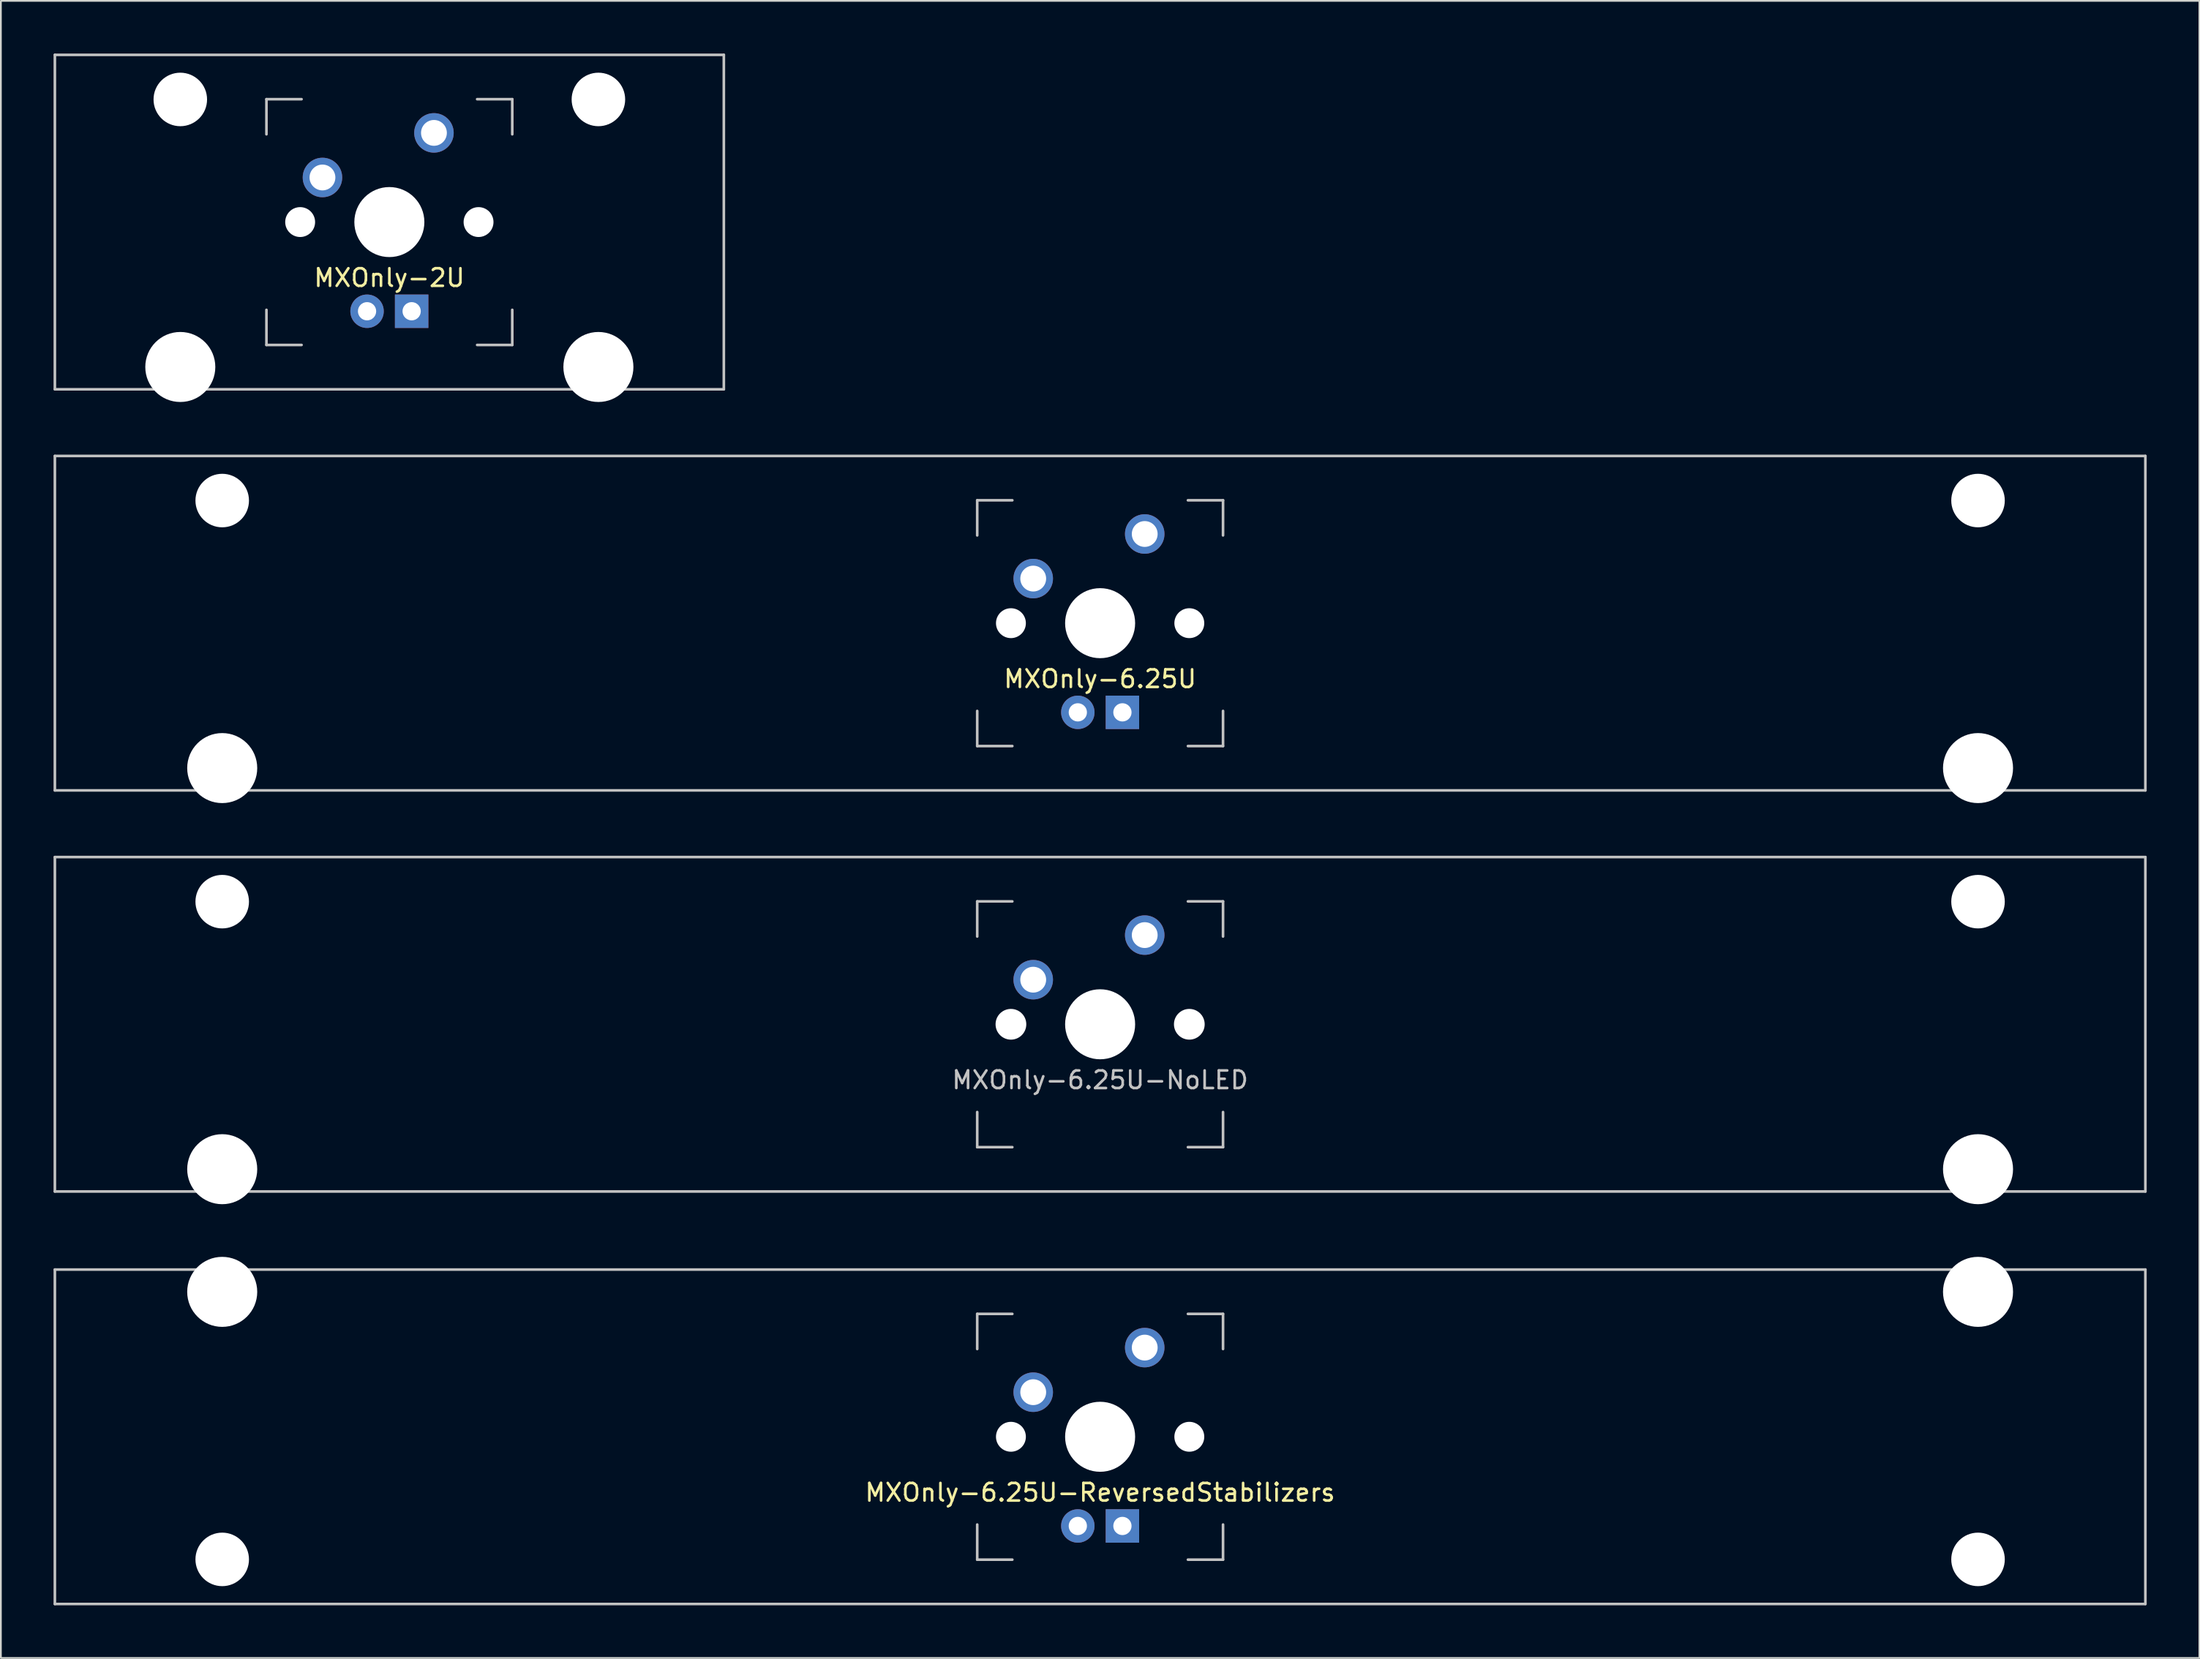
<source format=kicad_pcb>
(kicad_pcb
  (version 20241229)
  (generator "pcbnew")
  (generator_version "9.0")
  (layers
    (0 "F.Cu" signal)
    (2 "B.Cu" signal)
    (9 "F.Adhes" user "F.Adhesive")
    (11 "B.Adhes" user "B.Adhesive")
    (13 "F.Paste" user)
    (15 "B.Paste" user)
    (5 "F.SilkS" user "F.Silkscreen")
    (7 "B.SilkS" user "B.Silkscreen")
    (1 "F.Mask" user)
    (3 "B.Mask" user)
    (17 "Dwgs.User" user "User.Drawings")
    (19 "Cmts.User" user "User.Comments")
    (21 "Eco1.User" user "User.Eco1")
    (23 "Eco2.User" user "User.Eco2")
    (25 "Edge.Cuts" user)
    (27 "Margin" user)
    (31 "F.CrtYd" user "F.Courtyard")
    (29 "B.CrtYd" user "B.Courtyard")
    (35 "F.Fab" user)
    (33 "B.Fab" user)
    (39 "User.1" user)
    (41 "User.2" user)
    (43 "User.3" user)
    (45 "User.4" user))
  (footprint "MXOnly-2U"
    (layer "F.Cu")
    (at 19.125 9.6)
    (property "Reference" "MXOnly-2U" (at 0 3.175 0) (layer "F.SilkS") (effects (font (size 1 1) (thickness 0.15))))
    (attr through_hole)
    (fp_line (start -19.05 -9.525) (end 19.05 -9.525) (stroke (width 0.15) (type solid)) (layer "Dwgs.User"))
    (fp_line (start -19.05 9.525) (end -19.05 -9.525) (stroke (width 0.15) (type solid)) (layer "Dwgs.User"))
    (fp_line (start -19.05 9.525) (end 19.05 9.525) (stroke (width 0.15) (type solid)) (layer "Dwgs.User"))
    (fp_line (start -7 -7) (end -7 -5) (stroke (width 0.15) (type solid)) (layer "Dwgs.User"))
    (fp_line (start -7 5) (end -7 7) (stroke (width 0.15) (type solid)) (layer "Dwgs.User"))
    (fp_line (start -7 7) (end -5 7) (stroke (width 0.15) (type solid)) (layer "Dwgs.User"))
    (fp_line (start -5 -7) (end -7 -7) (stroke (width 0.15) (type solid)) (layer "Dwgs.User"))
    (fp_line (start 5 -7) (end 7 -7) (stroke (width 0.15) (type solid)) (layer "Dwgs.User"))
    (fp_line (start 5 7) (end 7 7) (stroke (width 0.15) (type solid)) (layer "Dwgs.User"))
    (fp_line (start 7 -7) (end 7 -5) (stroke (width 0.15) (type solid)) (layer "Dwgs.User"))
    (fp_line (start 7 7) (end 7 5) (stroke (width 0.15) (type solid)) (layer "Dwgs.User"))
    (fp_line (start 19.05 -9.525) (end 19.05 9.525) (stroke (width 0.15) (type solid)) (layer "Dwgs.User"))
    (pad "" np_thru_hole circle (at -11.906 -6.985) (size 3.048 3.048) (drill 3.048) (layers "*.Cu" "*.Mask"))
    (pad "" np_thru_hole circle (at -11.906 8.255) (size 3.988 3.988) (drill 3.988) (layers "*.Cu" "*.Mask"))
    (pad "" np_thru_hole circle (at -5.08 0 48.1) (size 1.702 1.702) (drill 1.702) (layers "*.Cu" "*.Mask"))
    (pad "" np_thru_hole circle (at 0 0) (size 3.988 3.988) (drill 3.988) (layers "*.Cu" "*.Mask"))
    (pad "" np_thru_hole circle (at 5.08 0 48.1) (size 1.702 1.702) (drill 1.702) (layers "*.Cu" "*.Mask"))
    (pad "" np_thru_hole circle (at 11.906 -6.985) (size 3.048 3.048) (drill 3.048) (layers "*.Cu" "*.Mask"))
    (pad "" np_thru_hole circle (at 11.906 8.255) (size 3.988 3.988) (drill 3.988) (layers "*.Cu" "*.Mask"))
    (pad "1" thru_hole circle (at -3.81 -2.54) (size 2.25 2.25) (drill 1.47) (layers "*.Cu" "*.Mask"))
    (pad "2" thru_hole circle (at 2.54 -5.08) (size 2.25 2.25) (drill 1.47) (layers "*.Cu" "*.Mask"))
    (pad "3" thru_hole circle (at -1.27 5.08) (size 1.905 1.905) (drill 1.04) (layers "*.Cu" "*.Mask"))
    (pad "4" thru_hole rect (at 1.27 5.08) (size 1.905 1.905) (drill 1.04) (layers "*.Cu" "*.Mask")))
  (footprint "MXOnly-6.25U"
    (layer "F.Cu")
    (at 59.606 32.449)
    (property "Reference" "MXOnly-6.25U" (at 0 3.175 0) (layer "F.SilkS") (effects (font (size 1 1) (thickness 0.15))))
    (attr through_hole)
    (fp_line (start -59.531 -9.525) (end 59.531 -9.525) (stroke (width 0.15) (type solid)) (layer "Dwgs.User"))
    (fp_line (start -59.531 9.525) (end -59.531 -9.525) (stroke (width 0.15) (type solid)) (layer "Dwgs.User"))
    (fp_line (start -59.531 9.525) (end 59.531 9.525) (stroke (width 0.15) (type solid)) (layer "Dwgs.User"))
    (fp_line (start -7 -7) (end -7 -5) (stroke (width 0.15) (type solid)) (layer "Dwgs.User"))
    (fp_line (start -7 5) (end -7 7) (stroke (width 0.15) (type solid)) (layer "Dwgs.User"))
    (fp_line (start -7 7) (end -5 7) (stroke (width 0.15) (type solid)) (layer "Dwgs.User"))
    (fp_line (start -5 -7) (end -7 -7) (stroke (width 0.15) (type solid)) (layer "Dwgs.User"))
    (fp_line (start 5 -7) (end 7 -7) (stroke (width 0.15) (type solid)) (layer "Dwgs.User"))
    (fp_line (start 5 7) (end 7 7) (stroke (width 0.15) (type solid)) (layer "Dwgs.User"))
    (fp_line (start 7 -7) (end 7 -5) (stroke (width 0.15) (type solid)) (layer "Dwgs.User"))
    (fp_line (start 7 7) (end 7 5) (stroke (width 0.15) (type solid)) (layer "Dwgs.User"))
    (fp_line (start 59.531 -9.525) (end 59.531 9.525) (stroke (width 0.15) (type solid)) (layer "Dwgs.User"))
    (pad "" np_thru_hole circle (at -50 -6.985) (size 3.048 3.048) (drill 3.048) (layers "*.Cu" "*.Mask"))
    (pad "" np_thru_hole circle (at -50 8.255) (size 3.988 3.988) (drill 3.988) (layers "*.Cu" "*.Mask"))
    (pad "" np_thru_hole circle (at -5.08 0 48.1) (size 1.702 1.702) (drill 1.702) (layers "*.Cu" "*.Mask"))
    (pad "" np_thru_hole circle (at 0 0) (size 3.988 3.988) (drill 3.988) (layers "*.Cu" "*.Mask"))
    (pad "" np_thru_hole circle (at 5.08 0 48.1) (size 1.702 1.702) (drill 1.702) (layers "*.Cu" "*.Mask"))
    (pad "" np_thru_hole circle (at 50 -6.985) (size 3.048 3.048) (drill 3.048) (layers "*.Cu" "*.Mask"))
    (pad "" np_thru_hole circle (at 50 8.255) (size 3.988 3.988) (drill 3.988) (layers "*.Cu" "*.Mask"))
    (pad "1" thru_hole circle (at -3.81 -2.54) (size 2.25 2.25) (drill 1.47) (layers "*.Cu" "*.Mask"))
    (pad "2" thru_hole circle (at 2.54 -5.08) (size 2.25 2.25) (drill 1.47) (layers "*.Cu" "*.Mask"))
    (pad "3" thru_hole circle (at -1.27 5.08) (size 1.905 1.905) (drill 1.04) (layers "*.Cu" "*.Mask"))
    (pad "4" thru_hole rect (at 1.27 5.08) (size 1.905 1.905) (drill 1.04) (layers "*.Cu" "*.Mask")))
  (footprint "MXOnly-6.25U-ReversedStabilizers"
    (layer "F.Cu")
    (at 59.606 78.796)
    (property "Reference" "MXOnly-6.25U-ReversedStabilizers" (at 0 3.175 0) (layer "F.SilkS") (effects (font (size 1 1) (thickness 0.15))))
    (attr through_hole)
    (fp_line (start -59.531 -9.525) (end 59.531 -9.525) (stroke (width 0.15) (type solid)) (layer "Dwgs.User"))
    (fp_line (start -59.531 9.525) (end -59.531 -9.525) (stroke (width 0.15) (type solid)) (layer "Dwgs.User"))
    (fp_line (start -59.531 9.525) (end 59.531 9.525) (stroke (width 0.15) (type solid)) (layer "Dwgs.User"))
    (fp_line (start -7 -7) (end -7 -5) (stroke (width 0.15) (type solid)) (layer "Dwgs.User"))
    (fp_line (start -7 5) (end -7 7) (stroke (width 0.15) (type solid)) (layer "Dwgs.User"))
    (fp_line (start -7 7) (end -5 7) (stroke (width 0.15) (type solid)) (layer "Dwgs.User"))
    (fp_line (start -5 -7) (end -7 -7) (stroke (width 0.15) (type solid)) (layer "Dwgs.User"))
    (fp_line (start 5 -7) (end 7 -7) (stroke (width 0.15) (type solid)) (layer "Dwgs.User"))
    (fp_line (start 5 7) (end 7 7) (stroke (width 0.15) (type solid)) (layer "Dwgs.User"))
    (fp_line (start 7 -7) (end 7 -5) (stroke (width 0.15) (type solid)) (layer "Dwgs.User"))
    (fp_line (start 7 7) (end 7 5) (stroke (width 0.15) (type solid)) (layer "Dwgs.User"))
    (fp_line (start 59.531 -9.525) (end 59.531 9.525) (stroke (width 0.15) (type solid)) (layer "Dwgs.User"))
    (pad "" np_thru_hole circle (at -50 -8.255) (size 3.988 3.988) (drill 3.988) (layers "*.Cu" "*.Mask"))
    (pad "" np_thru_hole circle (at -50 6.985) (size 3.048 3.048) (drill 3.048) (layers "*.Cu" "*.Mask"))
    (pad "" np_thru_hole circle (at -5.08 0 48.1) (size 1.702 1.702) (drill 1.702) (layers "*.Cu" "*.Mask"))
    (pad "" np_thru_hole circle (at 0 0) (size 3.988 3.988) (drill 3.988) (layers "*.Cu" "*.Mask"))
    (pad "" np_thru_hole circle (at 5.08 0 48.1) (size 1.702 1.702) (drill 1.702) (layers "*.Cu" "*.Mask"))
    (pad "" np_thru_hole circle (at 50 -8.255) (size 3.988 3.988) (drill 3.988) (layers "*.Cu" "*.Mask"))
    (pad "" np_thru_hole circle (at 50 6.985) (size 3.048 3.048) (drill 3.048) (layers "*.Cu" "*.Mask"))
    (pad "1" thru_hole circle (at -3.81 -2.54) (size 2.25 2.25) (drill 1.47) (layers "*.Cu" "*.Mask"))
    (pad "2" thru_hole circle (at 2.54 -5.08) (size 2.25 2.25) (drill 1.47) (layers "*.Cu" "*.Mask"))
    (pad "3" thru_hole circle (at -1.27 5.08) (size 1.905 1.905) (drill 1.04) (layers "*.Cu" "*.Mask"))
    (pad "4" thru_hole rect (at 1.27 5.08) (size 1.905 1.905) (drill 1.04) (layers "*.Cu" "*.Mask")))
  (footprint "MXOnly-6.25U-NoLED"
    (layer "F.Cu")
    (at 59.606 55.298)
    (property "Reference" "MXOnly-6.25U-NoLED" (at 0 3.175 0) (layer "Dwgs.User") (effects (font (size 1 1) (thickness 0.15))))
    (attr through_hole)
    (fp_line (start -59.531 -9.525) (end 59.531 -9.525) (stroke (width 0.15) (type solid)) (layer "Dwgs.User"))
    (fp_line (start -59.531 9.525) (end -59.531 -9.525) (stroke (width 0.15) (type solid)) (layer "Dwgs.User"))
    (fp_line (start -59.531 9.525) (end 59.531 9.525) (stroke (width 0.15) (type solid)) (layer "Dwgs.User"))
    (fp_line (start -7 -7) (end -7 -5) (stroke (width 0.15) (type solid)) (layer "Dwgs.User"))
    (fp_line (start -7 5) (end -7 7) (stroke (width 0.15) (type solid)) (layer "Dwgs.User"))
    (fp_line (start -7 7) (end -5 7) (stroke (width 0.15) (type solid)) (layer "Dwgs.User"))
    (fp_line (start -5 -7) (end -7 -7) (stroke (width 0.15) (type solid)) (layer "Dwgs.User"))
    (fp_line (start 5 -7) (end 7 -7) (stroke (width 0.15) (type solid)) (layer "Dwgs.User"))
    (fp_line (start 5 7) (end 7 7) (stroke (width 0.15) (type solid)) (layer "Dwgs.User"))
    (fp_line (start 7 -7) (end 7 -5) (stroke (width 0.15) (type solid)) (layer "Dwgs.User"))
    (fp_line (start 7 7) (end 7 5) (stroke (width 0.15) (type solid)) (layer "Dwgs.User"))
    (fp_line (start 59.531 -9.525) (end 59.531 9.525) (stroke (width 0.15) (type solid)) (layer "Dwgs.User"))
    (pad "" np_thru_hole circle (at -50 -6.985) (size 3.048 3.048) (drill 3.048) (layers "*.Cu" "*.Mask"))
    (pad "" np_thru_hole circle (at -50 8.255) (size 3.988 3.988) (drill 3.988) (layers "*.Cu" "*.Mask"))
    (pad "" np_thru_hole circle (at -5.08 0 48.1) (size 1.75 1.75) (drill 1.75) (layers "*.Cu" "*.Mask"))
    (pad "" np_thru_hole circle (at 0 0) (size 3.988 3.988) (drill 3.988) (layers "*.Cu" "*.Mask"))
    (pad "" np_thru_hole circle (at 5.08 0 48.1) (size 1.75 1.75) (drill 1.75) (layers "*.Cu" "*.Mask"))
    (pad "" np_thru_hole circle (at 50 -6.985) (size 3.048 3.048) (drill 3.048) (layers "*.Cu" "*.Mask"))
    (pad "" np_thru_hole circle (at 50 8.255) (size 3.988 3.988) (drill 3.988) (layers "*.Cu" "*.Mask"))
    (pad "1" thru_hole circle (at -3.81 -2.54) (size 2.25 2.25) (drill 1.47) (layers "*.Cu" "B.Mask"))
    (pad "2" thru_hole circle (at 2.54 -5.08) (size 2.25 2.25) (drill 1.47) (layers "*.Cu" "B.Mask")))
  (gr_rect
    (start -3 -3)
    (end 122.213 91.396)
    (stroke (width 0.1) (type default))
    (fill no)
    (layer "Edge.Cuts")))
</source>
